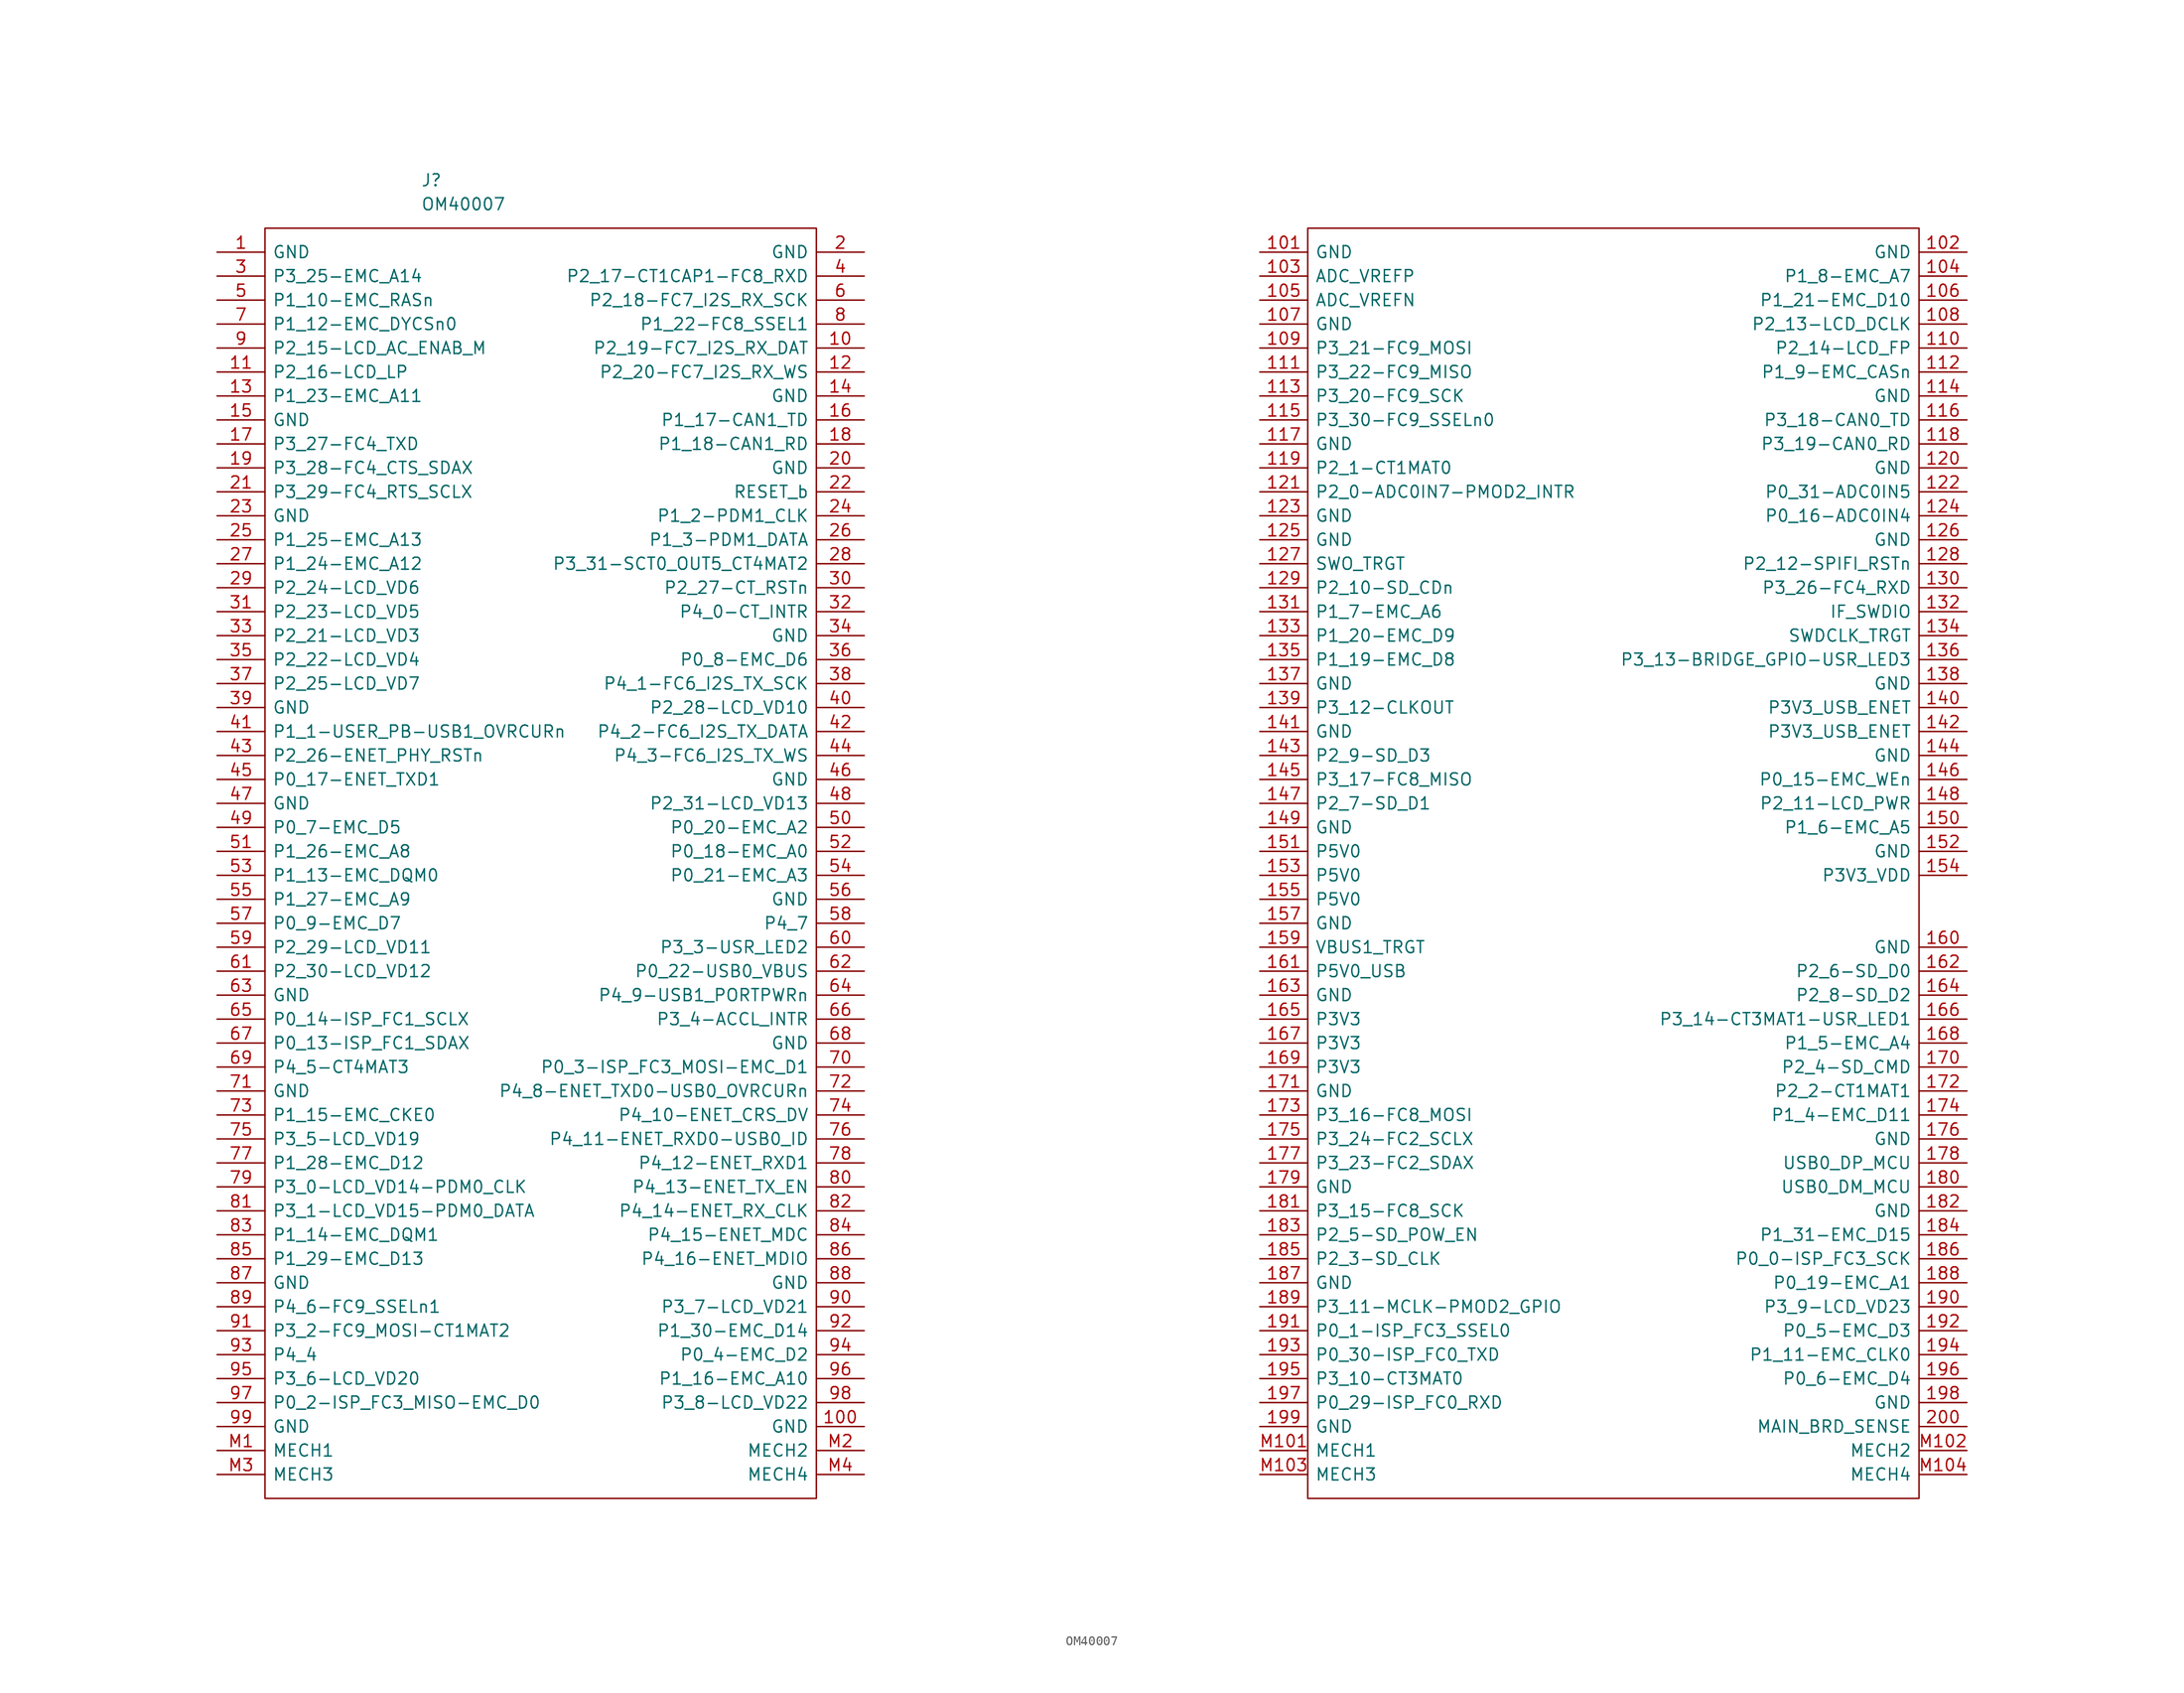
<source format=kicad_sym>
(kicad_symbol_lib
  (version 20211014)
  (generator kicad_symbol_editor)
  (symbol "OM40007"
    (pin_names
      (offset 0.762))
    (property "Reference" "J"
      (at 21.59 7.62 0)
      (effects (font (size 1.27 1.27)) (justify left)))
    (property "Value" "OM40007"
      (at 21.59 5.08 0)
      (effects (font (size 1.27 1.27)) (justify left)))
    (symbol "OM40007_0_0"
      (pin passive line (at 0 0 0) (length 5.08) (name "GND" (effects (font (size 1.27 1.27)))) (number "1" (effects (font (size 1.27 1.27)))))
      (pin bidirectional line (at 68.58 -10.16 180) (length 5.08) (name "P2_19-FC7_I2S_RX_DAT" (effects (font (size 1.27 1.27)))) (number "10" (effects (font (size 1.27 1.27)))))
      (pin passive line (at 68.58 -124.46 180) (length 5.08) (name "GND" (effects (font (size 1.27 1.27)))) (number "100" (effects (font (size 1.27 1.27)))))
      (pin output line (at 110.49 0 0) (length 5.08) (name "GND" (effects (font (size 1.27 1.27)))) (number "101" (effects (font (size 1.27 1.27)))))
      (pin passive line (at 185.42 0 180) (length 5.08) (name "GND" (effects (font (size 1.27 1.27)))) (number "102" (effects (font (size 1.27 1.27)))))
      (pin bidirectional line (at 110.49 -2.54 0) (length 5.08) (name "ADC_VREFP" (effects (font (size 1.27 1.27)))) (number "103" (effects (font (size 1.27 1.27)))))
      (pin bidirectional line (at 185.42 -2.54 180) (length 5.08) (name "P1_8-EMC_A7" (effects (font (size 1.27 1.27)))) (number "104" (effects (font (size 1.27 1.27)))))
      (pin bidirectional line (at 110.49 -5.08 0) (length 5.08) (name "ADC_VREFN" (effects (font (size 1.27 1.27)))) (number "105" (effects (font (size 1.27 1.27)))))
      (pin bidirectional line (at 185.42 -5.08 180) (length 5.08) (name "P1_21-EMC_D10" (effects (font (size 1.27 1.27)))) (number "106" (effects (font (size 1.27 1.27)))))
      (pin passive line (at 110.49 -7.62 0) (length 5.08) (name "GND" (effects (font (size 1.27 1.27)))) (number "107" (effects (font (size 1.27 1.27)))))
      (pin bidirectional line (at 185.42 -7.62 180) (length 5.08) (name "P2_13-LCD_DCLK" (effects (font (size 1.27 1.27)))) (number "108" (effects (font (size 1.27 1.27)))))
      (pin bidirectional line (at 110.49 -10.16 0) (length 5.08) (name "P3_21-FC9_MOSI" (effects (font (size 1.27 1.27)))) (number "109" (effects (font (size 1.27 1.27)))))
      (pin bidirectional line (at 0 -12.7 0) (length 5.08) (name "P2_16-LCD_LP" (effects (font (size 1.27 1.27)))) (number "11" (effects (font (size 1.27 1.27)))))
      (pin bidirectional line (at 185.42 -10.16 180) (length 5.08) (name "P2_14-LCD_FP" (effects (font (size 1.27 1.27)))) (number "110" (effects (font (size 1.27 1.27)))))
      (pin bidirectional line (at 110.49 -12.7 0) (length 5.08) (name "P3_22-FC9_MISO" (effects (font (size 1.27 1.27)))) (number "111" (effects (font (size 1.27 1.27)))))
      (pin bidirectional line (at 185.42 -12.7 180) (length 5.08) (name "P1_9-EMC_CASn" (effects (font (size 1.27 1.27)))) (number "112" (effects (font (size 1.27 1.27)))))
      (pin bidirectional line (at 110.49 -15.24 0) (length 5.08) (name "P3_20-FC9_SCK" (effects (font (size 1.27 1.27)))) (number "113" (effects (font (size 1.27 1.27)))))
      (pin passive line (at 185.42 -15.24 180) (length 5.08) (name "GND" (effects (font (size 1.27 1.27)))) (number "114" (effects (font (size 1.27 1.27)))))
      (pin bidirectional line (at 110.49 -17.78 0) (length 5.08) (name "P3_30-FC9_SSELn0" (effects (font (size 1.27 1.27)))) (number "115" (effects (font (size 1.27 1.27)))))
      (pin bidirectional line (at 185.42 -17.78 180) (length 5.08) (name "P3_18-CAN0_TD" (effects (font (size 1.27 1.27)))) (number "116" (effects (font (size 1.27 1.27)))))
      (pin passive line (at 110.49 -20.32 0) (length 5.08) (name "GND" (effects (font (size 1.27 1.27)))) (number "117" (effects (font (size 1.27 1.27)))))
      (pin bidirectional line (at 185.42 -20.32 180) (length 5.08) (name "P3_19-CAN0_RD" (effects (font (size 1.27 1.27)))) (number "118" (effects (font (size 1.27 1.27)))))
      (pin bidirectional line (at 110.49 -22.86 0) (length 5.08) (name "P2_1-CT1MAT0" (effects (font (size 1.27 1.27)))) (number "119" (effects (font (size 1.27 1.27)))))
      (pin bidirectional line (at 68.58 -12.7 180) (length 5.08) (name "P2_20-FC7_I2S_RX_WS" (effects (font (size 1.27 1.27)))) (number "12" (effects (font (size 1.27 1.27)))))
      (pin passive line (at 185.42 -22.86 180) (length 5.08) (name "GND" (effects (font (size 1.27 1.27)))) (number "120" (effects (font (size 1.27 1.27)))))
      (pin bidirectional line (at 110.49 -25.4 0) (length 5.08) (name "P2_0-ADC0IN7-PMOD2_INTR" (effects (font (size 1.27 1.27)))) (number "121" (effects (font (size 1.27 1.27)))))
      (pin bidirectional line (at 185.42 -25.4 180) (length 5.08) (name "P0_31-ADC0IN5" (effects (font (size 1.27 1.27)))) (number "122" (effects (font (size 1.27 1.27)))))
      (pin passive line (at 110.49 -27.94 0) (length 5.08) (name "GND" (effects (font (size 1.27 1.27)))) (number "123" (effects (font (size 1.27 1.27)))))
      (pin bidirectional line (at 185.42 -27.94 180) (length 5.08) (name "P0_16-ADC0IN4" (effects (font (size 1.27 1.27)))) (number "124" (effects (font (size 1.27 1.27)))))
      (pin passive line (at 110.49 -30.48 0) (length 5.08) (name "GND" (effects (font (size 1.27 1.27)))) (number "125" (effects (font (size 1.27 1.27)))))
      (pin passive line (at 185.42 -30.48 180) (length 5.08) (name "GND" (effects (font (size 1.27 1.27)))) (number "126" (effects (font (size 1.27 1.27)))))
      (pin bidirectional line (at 110.49 -33.02 0) (length 5.08) (name "SWO_TRGT" (effects (font (size 1.27 1.27)))) (number "127" (effects (font (size 1.27 1.27)))))
      (pin bidirectional line (at 185.42 -33.02 180) (length 5.08) (name "P2_12-SPIFI_RSTn" (effects (font (size 1.27 1.27)))) (number "128" (effects (font (size 1.27 1.27)))))
      (pin bidirectional line (at 110.49 -35.56 0) (length 5.08) (name "P2_10-SD_CDn" (effects (font (size 1.27 1.27)))) (number "129" (effects (font (size 1.27 1.27)))))
      (pin bidirectional line (at 0 -15.24 0) (length 5.08) (name "P1_23-EMC_A11" (effects (font (size 1.27 1.27)))) (number "13" (effects (font (size 1.27 1.27)))))
      (pin bidirectional line (at 185.42 -35.56 180) (length 5.08) (name "P3_26-FC4_RXD" (effects (font (size 1.27 1.27)))) (number "130" (effects (font (size 1.27 1.27)))))
      (pin bidirectional line (at 110.49 -38.1 0) (length 5.08) (name "P1_7-EMC_A6" (effects (font (size 1.27 1.27)))) (number "131" (effects (font (size 1.27 1.27)))))
      (pin bidirectional line (at 185.42 -38.1 180) (length 5.08) (name "IF_SWDIO" (effects (font (size 1.27 1.27)))) (number "132" (effects (font (size 1.27 1.27)))))
      (pin bidirectional line (at 110.49 -40.64 0) (length 5.08) (name "P1_20-EMC_D9" (effects (font (size 1.27 1.27)))) (number "133" (effects (font (size 1.27 1.27)))))
      (pin bidirectional line (at 185.42 -40.64 180) (length 5.08) (name "SWDCLK_TRGT" (effects (font (size 1.27 1.27)))) (number "134" (effects (font (size 1.27 1.27)))))
      (pin bidirectional line (at 110.49 -43.18 0) (length 5.08) (name "P1_19-EMC_D8" (effects (font (size 1.27 1.27)))) (number "135" (effects (font (size 1.27 1.27)))))
      (pin bidirectional line (at 185.42 -43.18 180) (length 5.08) (name "P3_13-BRIDGE_GPIO-USR_LED3" (effects (font (size 1.27 1.27)))) (number "136" (effects (font (size 1.27 1.27)))))
      (pin passive line (at 110.49 -45.72 0) (length 5.08) (name "GND" (effects (font (size 1.27 1.27)))) (number "137" (effects (font (size 1.27 1.27)))))
      (pin passive line (at 185.42 -45.72 180) (length 5.08) (name "GND" (effects (font (size 1.27 1.27)))) (number "138" (effects (font (size 1.27 1.27)))))
      (pin bidirectional line (at 110.49 -48.26 0) (length 5.08) (name "P3_12-CLKOUT" (effects (font (size 1.27 1.27)))) (number "139" (effects (font (size 1.27 1.27)))))
      (pin passive line (at 68.58 -15.24 180) (length 5.08) (name "GND" (effects (font (size 1.27 1.27)))) (number "14" (effects (font (size 1.27 1.27)))))
      (pin bidirectional line (at 185.42 -48.26 180) (length 5.08) (name "P3V3_USB_ENET" (effects (font (size 1.27 1.27)))) (number "140" (effects (font (size 1.27 1.27)))))
      (pin passive line (at 110.49 -50.8 0) (length 5.08) (name "GND" (effects (font (size 1.27 1.27)))) (number "141" (effects (font (size 1.27 1.27)))))
      (pin bidirectional line (at 185.42 -50.8 180) (length 5.08) (name "P3V3_USB_ENET" (effects (font (size 1.27 1.27)))) (number "142" (effects (font (size 1.27 1.27)))))
      (pin bidirectional line (at 110.49 -53.34 0) (length 5.08) (name "P2_9-SD_D3" (effects (font (size 1.27 1.27)))) (number "143" (effects (font (size 1.27 1.27)))))
      (pin passive line (at 185.42 -53.34 180) (length 5.08) (name "GND" (effects (font (size 1.27 1.27)))) (number "144" (effects (font (size 1.27 1.27)))))
      (pin bidirectional line (at 110.49 -55.88 0) (length 5.08) (name "P3_17-FC8_MISO" (effects (font (size 1.27 1.27)))) (number "145" (effects (font (size 1.27 1.27)))))
      (pin bidirectional line (at 185.42 -55.88 180) (length 5.08) (name "P0_15-EMC_WEn" (effects (font (size 1.27 1.27)))) (number "146" (effects (font (size 1.27 1.27)))))
      (pin bidirectional line (at 110.49 -58.42 0) (length 5.08) (name "P2_7-SD_D1" (effects (font (size 1.27 1.27)))) (number "147" (effects (font (size 1.27 1.27)))))
      (pin bidirectional line (at 185.42 -58.42 180) (length 5.08) (name "P2_11-LCD_PWR" (effects (font (size 1.27 1.27)))) (number "148" (effects (font (size 1.27 1.27)))))
      (pin passive line (at 110.49 -60.96 0) (length 5.08) (name "GND" (effects (font (size 1.27 1.27)))) (number "149" (effects (font (size 1.27 1.27)))))
      (pin passive line (at 0 -17.78 0) (length 5.08) (name "GND" (effects (font (size 1.27 1.27)))) (number "15" (effects (font (size 1.27 1.27)))))
      (pin bidirectional line (at 185.42 -60.96 180) (length 5.08) (name "P1_6-EMC_A5" (effects (font (size 1.27 1.27)))) (number "150" (effects (font (size 1.27 1.27)))))
      (pin bidirectional line (at 110.49 -63.5 0) (length 5.08) (name "P5V0" (effects (font (size 1.27 1.27)))) (number "151" (effects (font (size 1.27 1.27)))))
      (pin passive line (at 185.42 -63.5 180) (length 5.08) (name "GND" (effects (font (size 1.27 1.27)))) (number "152" (effects (font (size 1.27 1.27)))))
      (pin bidirectional line (at 110.49 -66.04 0) (length 5.08) (name "P5V0" (effects (font (size 1.27 1.27)))) (number "153" (effects (font (size 1.27 1.27)))))
      (pin power_out line (at 185.42 -66.04 180) (length 5.08) (name "P3V3_VDD" (effects (font (size 1.27 1.27)))) (number "154" (effects (font (size 1.27 1.27)))))
      (pin bidirectional line (at 110.49 -68.58 0) (length 5.08) (name "P5V0" (effects (font (size 1.27 1.27)))) (number "155" (effects (font (size 1.27 1.27)))))
      (pin passive line (at 185.42 -66.04 180) (length 5.08) hide (name "P3V3_VDD" (effects (font (size 1.27 1.27)))) (number "156" (effects (font (size 1.27 1.27)))))
      (pin passive line (at 110.49 -71.12 0) (length 5.08) (name "GND" (effects (font (size 1.27 1.27)))) (number "157" (effects (font (size 1.27 1.27)))))
      (pin passive line (at 185.42 -66.04 180) (length 5.08) hide (name "P3V3_VDD" (effects (font (size 1.27 1.27)))) (number "158" (effects (font (size 1.27 1.27)))))
      (pin bidirectional line (at 110.49 -73.66 0) (length 5.08) (name "VBUS1_TRGT" (effects (font (size 1.27 1.27)))) (number "159" (effects (font (size 1.27 1.27)))))
      (pin bidirectional line (at 68.58 -17.78 180) (length 5.08) (name "P1_17-CAN1_TD" (effects (font (size 1.27 1.27)))) (number "16" (effects (font (size 1.27 1.27)))))
      (pin passive line (at 185.42 -73.66 180) (length 5.08) (name "GND" (effects (font (size 1.27 1.27)))) (number "160" (effects (font (size 1.27 1.27)))))
      (pin bidirectional line (at 110.49 -76.2 0) (length 5.08) (name "P5V0_USB" (effects (font (size 1.27 1.27)))) (number "161" (effects (font (size 1.27 1.27)))))
      (pin bidirectional line (at 185.42 -76.2 180) (length 5.08) (name "P2_6-SD_D0" (effects (font (size 1.27 1.27)))) (number "162" (effects (font (size 1.27 1.27)))))
      (pin passive line (at 110.49 -78.74 0) (length 5.08) (name "GND" (effects (font (size 1.27 1.27)))) (number "163" (effects (font (size 1.27 1.27)))))
      (pin bidirectional line (at 185.42 -78.74 180) (length 5.08) (name "P2_8-SD_D2" (effects (font (size 1.27 1.27)))) (number "164" (effects (font (size 1.27 1.27)))))
      (pin bidirectional line (at 110.49 -81.28 0) (length 5.08) (name "P3V3" (effects (font (size 1.27 1.27)))) (number "165" (effects (font (size 1.27 1.27)))))
      (pin bidirectional line (at 185.42 -81.28 180) (length 5.08) (name "P3_14-CT3MAT1-USR_LED1" (effects (font (size 1.27 1.27)))) (number "166" (effects (font (size 1.27 1.27)))))
      (pin bidirectional line (at 110.49 -83.82 0) (length 5.08) (name "P3V3" (effects (font (size 1.27 1.27)))) (number "167" (effects (font (size 1.27 1.27)))))
      (pin bidirectional line (at 185.42 -83.82 180) (length 5.08) (name "P1_5-EMC_A4" (effects (font (size 1.27 1.27)))) (number "168" (effects (font (size 1.27 1.27)))))
      (pin bidirectional line (at 110.49 -86.36 0) (length 5.08) (name "P3V3" (effects (font (size 1.27 1.27)))) (number "169" (effects (font (size 1.27 1.27)))))
      (pin bidirectional line (at 0 -20.32 0) (length 5.08) (name "P3_27-FC4_TXD" (effects (font (size 1.27 1.27)))) (number "17" (effects (font (size 1.27 1.27)))))
      (pin bidirectional line (at 185.42 -86.36 180) (length 5.08) (name "P2_4-SD_CMD" (effects (font (size 1.27 1.27)))) (number "170" (effects (font (size 1.27 1.27)))))
      (pin passive line (at 110.49 -88.9 0) (length 5.08) (name "GND" (effects (font (size 1.27 1.27)))) (number "171" (effects (font (size 1.27 1.27)))))
      (pin bidirectional line (at 185.42 -88.9 180) (length 5.08) (name "P2_2-CT1MAT1" (effects (font (size 1.27 1.27)))) (number "172" (effects (font (size 1.27 1.27)))))
      (pin bidirectional line (at 110.49 -91.44 0) (length 5.08) (name "P3_16-FC8_MOSI" (effects (font (size 1.27 1.27)))) (number "173" (effects (font (size 1.27 1.27)))))
      (pin bidirectional line (at 185.42 -91.44 180) (length 5.08) (name "P1_4-EMC_D11" (effects (font (size 1.27 1.27)))) (number "174" (effects (font (size 1.27 1.27)))))
      (pin bidirectional line (at 110.49 -93.98 0) (length 5.08) (name "P3_24-FC2_SCLX" (effects (font (size 1.27 1.27)))) (number "175" (effects (font (size 1.27 1.27)))))
      (pin passive line (at 185.42 -93.98 180) (length 5.08) (name "GND" (effects (font (size 1.27 1.27)))) (number "176" (effects (font (size 1.27 1.27)))))
      (pin bidirectional line (at 110.49 -96.52 0) (length 5.08) (name "P3_23-FC2_SDAX" (effects (font (size 1.27 1.27)))) (number "177" (effects (font (size 1.27 1.27)))))
      (pin bidirectional line (at 185.42 -96.52 180) (length 5.08) (name "USB0_DP_MCU" (effects (font (size 1.27 1.27)))) (number "178" (effects (font (size 1.27 1.27)))))
      (pin passive line (at 110.49 -99.06 0) (length 5.08) (name "GND" (effects (font (size 1.27 1.27)))) (number "179" (effects (font (size 1.27 1.27)))))
      (pin bidirectional line (at 68.58 -20.32 180) (length 5.08) (name "P1_18-CAN1_RD" (effects (font (size 1.27 1.27)))) (number "18" (effects (font (size 1.27 1.27)))))
      (pin bidirectional line (at 185.42 -99.06 180) (length 5.08) (name "USB0_DM_MCU" (effects (font (size 1.27 1.27)))) (number "180" (effects (font (size 1.27 1.27)))))
      (pin bidirectional line (at 110.49 -101.6 0) (length 5.08) (name "P3_15-FC8_SCK" (effects (font (size 1.27 1.27)))) (number "181" (effects (font (size 1.27 1.27)))))
      (pin passive line (at 185.42 -101.6 180) (length 5.08) (name "GND" (effects (font (size 1.27 1.27)))) (number "182" (effects (font (size 1.27 1.27)))))
      (pin bidirectional line (at 110.49 -104.14 0) (length 5.08) (name "P2_5-SD_POW_EN" (effects (font (size 1.27 1.27)))) (number "183" (effects (font (size 1.27 1.27)))))
      (pin bidirectional line (at 185.42 -104.14 180) (length 5.08) (name "P1_31-EMC_D15" (effects (font (size 1.27 1.27)))) (number "184" (effects (font (size 1.27 1.27)))))
      (pin bidirectional line (at 110.49 -106.68 0) (length 5.08) (name "P2_3-SD_CLK" (effects (font (size 1.27 1.27)))) (number "185" (effects (font (size 1.27 1.27)))))
      (pin bidirectional line (at 185.42 -106.68 180) (length 5.08) (name "P0_0-ISP_FC3_SCK" (effects (font (size 1.27 1.27)))) (number "186" (effects (font (size 1.27 1.27)))))
      (pin passive line (at 110.49 -109.22 0) (length 5.08) (name "GND" (effects (font (size 1.27 1.27)))) (number "187" (effects (font (size 1.27 1.27)))))
      (pin bidirectional line (at 185.42 -109.22 180) (length 5.08) (name "P0_19-EMC_A1" (effects (font (size 1.27 1.27)))) (number "188" (effects (font (size 1.27 1.27)))))
      (pin bidirectional line (at 110.49 -111.76 0) (length 5.08) (name "P3_11-MCLK-PMOD2_GPIO" (effects (font (size 1.27 1.27)))) (number "189" (effects (font (size 1.27 1.27)))))
      (pin bidirectional line (at 0 -22.86 0) (length 5.08) (name "P3_28-FC4_CTS_SDAX" (effects (font (size 1.27 1.27)))) (number "19" (effects (font (size 1.27 1.27)))))
      (pin bidirectional line (at 185.42 -111.76 180) (length 5.08) (name "P3_9-LCD_VD23" (effects (font (size 1.27 1.27)))) (number "190" (effects (font (size 1.27 1.27)))))
      (pin bidirectional line (at 110.49 -114.3 0) (length 5.08) (name "P0_1-ISP_FC3_SSEL0" (effects (font (size 1.27 1.27)))) (number "191" (effects (font (size 1.27 1.27)))))
      (pin bidirectional line (at 185.42 -114.3 180) (length 5.08) (name "P0_5-EMC_D3" (effects (font (size 1.27 1.27)))) (number "192" (effects (font (size 1.27 1.27)))))
      (pin bidirectional line (at 110.49 -116.84 0) (length 5.08) (name "P0_30-ISP_FC0_TXD" (effects (font (size 1.27 1.27)))) (number "193" (effects (font (size 1.27 1.27)))))
      (pin bidirectional line (at 185.42 -116.84 180) (length 5.08) (name "P1_11-EMC_CLK0" (effects (font (size 1.27 1.27)))) (number "194" (effects (font (size 1.27 1.27)))))
      (pin bidirectional line (at 110.49 -119.38 0) (length 5.08) (name "P3_10-CT3MAT0" (effects (font (size 1.27 1.27)))) (number "195" (effects (font (size 1.27 1.27)))))
      (pin bidirectional line (at 185.42 -119.38 180) (length 5.08) (name "P0_6-EMC_D4" (effects (font (size 1.27 1.27)))) (number "196" (effects (font (size 1.27 1.27)))))
      (pin bidirectional line (at 110.49 -121.92 0) (length 5.08) (name "P0_29-ISP_FC0_RXD" (effects (font (size 1.27 1.27)))) (number "197" (effects (font (size 1.27 1.27)))))
      (pin passive line (at 185.42 -121.92 180) (length 5.08) (name "GND" (effects (font (size 1.27 1.27)))) (number "198" (effects (font (size 1.27 1.27)))))
      (pin passive line (at 110.49 -124.46 0) (length 5.08) (name "GND" (effects (font (size 1.27 1.27)))) (number "199" (effects (font (size 1.27 1.27)))))
      (pin passive line (at 68.58 0 180) (length 5.08) (name "GND" (effects (font (size 1.27 1.27)))) (number "2" (effects (font (size 1.27 1.27)))))
      (pin passive line (at 68.58 -22.86 180) (length 5.08) (name "GND" (effects (font (size 1.27 1.27)))) (number "20" (effects (font (size 1.27 1.27)))))
      (pin bidirectional line (at 185.42 -124.46 180) (length 5.08) (name "MAIN_BRD_SENSE" (effects (font (size 1.27 1.27)))) (number "200" (effects (font (size 1.27 1.27)))))
      (pin bidirectional line (at 0 -25.4 0) (length 5.08) (name "P3_29-FC4_RTS_SCLX" (effects (font (size 1.27 1.27)))) (number "21" (effects (font (size 1.27 1.27)))))
      (pin bidirectional line (at 68.58 -25.4 180) (length 5.08) (name "RESET_b" (effects (font (size 1.27 1.27)))) (number "22" (effects (font (size 1.27 1.27)))))
      (pin passive line (at 0 -27.94 0) (length 5.08) (name "GND" (effects (font (size 1.27 1.27)))) (number "23" (effects (font (size 1.27 1.27)))))
      (pin bidirectional line (at 68.58 -27.94 180) (length 5.08) (name "P1_2-PDM1_CLK" (effects (font (size 1.27 1.27)))) (number "24" (effects (font (size 1.27 1.27)))))
      (pin bidirectional line (at 0 -30.48 0) (length 5.08) (name "P1_25-EMC_A13" (effects (font (size 1.27 1.27)))) (number "25" (effects (font (size 1.27 1.27)))))
      (pin bidirectional line (at 68.58 -30.48 180) (length 5.08) (name "P1_3-PDM1_DATA" (effects (font (size 1.27 1.27)))) (number "26" (effects (font (size 1.27 1.27)))))
      (pin bidirectional line (at 0 -33.02 0) (length 5.08) (name "P1_24-EMC_A12" (effects (font (size 1.27 1.27)))) (number "27" (effects (font (size 1.27 1.27)))))
      (pin bidirectional line (at 68.58 -33.02 180) (length 5.08) (name "P3_31-SCT0_OUT5_CT4MAT2" (effects (font (size 1.27 1.27)))) (number "28" (effects (font (size 1.27 1.27)))))
      (pin bidirectional line (at 0 -35.56 0) (length 5.08) (name "P2_24-LCD_VD6" (effects (font (size 1.27 1.27)))) (number "29" (effects (font (size 1.27 1.27)))))
      (pin bidirectional line (at 0 -2.54 0) (length 5.08) (name "P3_25-EMC_A14" (effects (font (size 1.27 1.27)))) (number "3" (effects (font (size 1.27 1.27)))))
      (pin bidirectional line (at 68.58 -35.56 180) (length 5.08) (name "P2_27-CT_RSTn" (effects (font (size 1.27 1.27)))) (number "30" (effects (font (size 1.27 1.27)))))
      (pin bidirectional line (at 0 -38.1 0) (length 5.08) (name "P2_23-LCD_VD5" (effects (font (size 1.27 1.27)))) (number "31" (effects (font (size 1.27 1.27)))))
      (pin bidirectional line (at 68.58 -38.1 180) (length 5.08) (name "P4_0-CT_INTR" (effects (font (size 1.27 1.27)))) (number "32" (effects (font (size 1.27 1.27)))))
      (pin bidirectional line (at 0 -40.64 0) (length 5.08) (name "P2_21-LCD_VD3" (effects (font (size 1.27 1.27)))) (number "33" (effects (font (size 1.27 1.27)))))
      (pin passive line (at 68.58 -40.64 180) (length 5.08) (name "GND" (effects (font (size 1.27 1.27)))) (number "34" (effects (font (size 1.27 1.27)))))
      (pin bidirectional line (at 0 -43.18 0) (length 5.08) (name "P2_22-LCD_VD4" (effects (font (size 1.27 1.27)))) (number "35" (effects (font (size 1.27 1.27)))))
      (pin bidirectional line (at 68.58 -43.18 180) (length 5.08) (name "P0_8-EMC_D6" (effects (font (size 1.27 1.27)))) (number "36" (effects (font (size 1.27 1.27)))))
      (pin bidirectional line (at 0 -45.72 0) (length 5.08) (name "P2_25-LCD_VD7" (effects (font (size 1.27 1.27)))) (number "37" (effects (font (size 1.27 1.27)))))
      (pin bidirectional line (at 68.58 -45.72 180) (length 5.08) (name "P4_1-FC6_I2S_TX_SCK" (effects (font (size 1.27 1.27)))) (number "38" (effects (font (size 1.27 1.27)))))
      (pin passive line (at 0 -48.26 0) (length 5.08) (name "GND" (effects (font (size 1.27 1.27)))) (number "39" (effects (font (size 1.27 1.27)))))
      (pin bidirectional line (at 68.58 -2.54 180) (length 5.08) (name "P2_17-CT1CAP1-FC8_RXD" (effects (font (size 1.27 1.27)))) (number "4" (effects (font (size 1.27 1.27)))))
      (pin bidirectional line (at 68.58 -48.26 180) (length 5.08) (name "P2_28-LCD_VD10" (effects (font (size 1.27 1.27)))) (number "40" (effects (font (size 1.27 1.27)))))
      (pin bidirectional line (at 0 -50.8 0) (length 5.08) (name "P1_1-USER_PB-USB1_OVRCURn" (effects (font (size 1.27 1.27)))) (number "41" (effects (font (size 1.27 1.27)))))
      (pin bidirectional line (at 68.58 -50.8 180) (length 5.08) (name "P4_2-FC6_I2S_TX_DATA" (effects (font (size 1.27 1.27)))) (number "42" (effects (font (size 1.27 1.27)))))
      (pin bidirectional line (at 0 -53.34 0) (length 5.08) (name "P2_26-ENET_PHY_RSTn" (effects (font (size 1.27 1.27)))) (number "43" (effects (font (size 1.27 1.27)))))
      (pin bidirectional line (at 68.58 -53.34 180) (length 5.08) (name "P4_3-FC6_I2S_TX_WS" (effects (font (size 1.27 1.27)))) (number "44" (effects (font (size 1.27 1.27)))))
      (pin bidirectional line (at 0 -55.88 0) (length 5.08) (name "P0_17-ENET_TXD1" (effects (font (size 1.27 1.27)))) (number "45" (effects (font (size 1.27 1.27)))))
      (pin passive line (at 68.58 -55.88 180) (length 5.08) (name "GND" (effects (font (size 1.27 1.27)))) (number "46" (effects (font (size 1.27 1.27)))))
      (pin passive line (at 0 -58.42 0) (length 5.08) (name "GND" (effects (font (size 1.27 1.27)))) (number "47" (effects (font (size 1.27 1.27)))))
      (pin bidirectional line (at 68.58 -58.42 180) (length 5.08) (name "P2_31-LCD_VD13" (effects (font (size 1.27 1.27)))) (number "48" (effects (font (size 1.27 1.27)))))
      (pin bidirectional line (at 0 -60.96 0) (length 5.08) (name "P0_7-EMC_D5" (effects (font (size 1.27 1.27)))) (number "49" (effects (font (size 1.27 1.27)))))
      (pin bidirectional line (at 0 -5.08 0) (length 5.08) (name "P1_10-EMC_RASn" (effects (font (size 1.27 1.27)))) (number "5" (effects (font (size 1.27 1.27)))))
      (pin bidirectional line (at 68.58 -60.96 180) (length 5.08) (name "P0_20-EMC_A2" (effects (font (size 1.27 1.27)))) (number "50" (effects (font (size 1.27 1.27)))))
      (pin bidirectional line (at 0 -63.5 0) (length 5.08) (name "P1_26-EMC_A8" (effects (font (size 1.27 1.27)))) (number "51" (effects (font (size 1.27 1.27)))))
      (pin bidirectional line (at 68.58 -63.5 180) (length 5.08) (name "P0_18-EMC_A0" (effects (font (size 1.27 1.27)))) (number "52" (effects (font (size 1.27 1.27)))))
      (pin bidirectional line (at 0 -66.04 0) (length 5.08) (name "P1_13-EMC_DQM0" (effects (font (size 1.27 1.27)))) (number "53" (effects (font (size 1.27 1.27)))))
      (pin bidirectional line (at 68.58 -66.04 180) (length 5.08) (name "P0_21-EMC_A3" (effects (font (size 1.27 1.27)))) (number "54" (effects (font (size 1.27 1.27)))))
      (pin bidirectional line (at 0 -68.58 0) (length 5.08) (name "P1_27-EMC_A9" (effects (font (size 1.27 1.27)))) (number "55" (effects (font (size 1.27 1.27)))))
      (pin passive line (at 68.58 -68.58 180) (length 5.08) (name "GND" (effects (font (size 1.27 1.27)))) (number "56" (effects (font (size 1.27 1.27)))))
      (pin bidirectional line (at 0 -71.12 0) (length 5.08) (name "P0_9-EMC_D7" (effects (font (size 1.27 1.27)))) (number "57" (effects (font (size 1.27 1.27)))))
      (pin bidirectional line (at 68.58 -71.12 180) (length 5.08) (name "P4_7" (effects (font (size 1.27 1.27)))) (number "58" (effects (font (size 1.27 1.27)))))
      (pin bidirectional line (at 0 -73.66 0) (length 5.08) (name "P2_29-LCD_VD11" (effects (font (size 1.27 1.27)))) (number "59" (effects (font (size 1.27 1.27)))))
      (pin bidirectional line (at 68.58 -5.08 180) (length 5.08) (name "P2_18-FC7_I2S_RX_SCK" (effects (font (size 1.27 1.27)))) (number "6" (effects (font (size 1.27 1.27)))))
      (pin bidirectional line (at 68.58 -73.66 180) (length 5.08) (name "P3_3-USR_LED2" (effects (font (size 1.27 1.27)))) (number "60" (effects (font (size 1.27 1.27)))))
      (pin bidirectional line (at 0 -76.2 0) (length 5.08) (name "P2_30-LCD_VD12" (effects (font (size 1.27 1.27)))) (number "61" (effects (font (size 1.27 1.27)))))
      (pin bidirectional line (at 68.58 -76.2 180) (length 5.08) (name "P0_22-USB0_VBUS" (effects (font (size 1.27 1.27)))) (number "62" (effects (font (size 1.27 1.27)))))
      (pin passive line (at 0 -78.74 0) (length 5.08) (name "GND" (effects (font (size 1.27 1.27)))) (number "63" (effects (font (size 1.27 1.27)))))
      (pin bidirectional line (at 68.58 -78.74 180) (length 5.08) (name "P4_9-USB1_PORTPWRn" (effects (font (size 1.27 1.27)))) (number "64" (effects (font (size 1.27 1.27)))))
      (pin bidirectional line (at 0 -81.28 0) (length 5.08) (name "P0_14-ISP_FC1_SCLX" (effects (font (size 1.27 1.27)))) (number "65" (effects (font (size 1.27 1.27)))))
      (pin bidirectional line (at 68.58 -81.28 180) (length 5.08) (name "P3_4-ACCL_INTR" (effects (font (size 1.27 1.27)))) (number "66" (effects (font (size 1.27 1.27)))))
      (pin bidirectional line (at 0 -83.82 0) (length 5.08) (name "P0_13-ISP_FC1_SDAX" (effects (font (size 1.27 1.27)))) (number "67" (effects (font (size 1.27 1.27)))))
      (pin passive line (at 68.58 -83.82 180) (length 5.08) (name "GND" (effects (font (size 1.27 1.27)))) (number "68" (effects (font (size 1.27 1.27)))))
      (pin bidirectional line (at 0 -86.36 0) (length 5.08) (name "P4_5-CT4MAT3" (effects (font (size 1.27 1.27)))) (number "69" (effects (font (size 1.27 1.27)))))
      (pin bidirectional line (at 0 -7.62 0) (length 5.08) (name "P1_12-EMC_DYCSn0" (effects (font (size 1.27 1.27)))) (number "7" (effects (font (size 1.27 1.27)))))
      (pin bidirectional line (at 68.58 -86.36 180) (length 5.08) (name "P0_3-ISP_FC3_MOSI-EMC_D1" (effects (font (size 1.27 1.27)))) (number "70" (effects (font (size 1.27 1.27)))))
      (pin passive line (at 0 -88.9 0) (length 5.08) (name "GND" (effects (font (size 1.27 1.27)))) (number "71" (effects (font (size 1.27 1.27)))))
      (pin bidirectional line (at 68.58 -88.9 180) (length 5.08) (name "P4_8-ENET_TXD0-USB0_OVRCURn" (effects (font (size 1.27 1.27)))) (number "72" (effects (font (size 1.27 1.27)))))
      (pin bidirectional line (at 0 -91.44 0) (length 5.08) (name "P1_15-EMC_CKE0" (effects (font (size 1.27 1.27)))) (number "73" (effects (font (size 1.27 1.27)))))
      (pin bidirectional line (at 68.58 -91.44 180) (length 5.08) (name "P4_10-ENET_CRS_DV" (effects (font (size 1.27 1.27)))) (number "74" (effects (font (size 1.27 1.27)))))
      (pin bidirectional line (at 0 -93.98 0) (length 5.08) (name "P3_5-LCD_VD19" (effects (font (size 1.27 1.27)))) (number "75" (effects (font (size 1.27 1.27)))))
      (pin bidirectional line (at 68.58 -93.98 180) (length 5.08) (name "P4_11-ENET_RXD0-USB0_ID" (effects (font (size 1.27 1.27)))) (number "76" (effects (font (size 1.27 1.27)))))
      (pin bidirectional line (at 0 -96.52 0) (length 5.08) (name "P1_28-EMC_D12" (effects (font (size 1.27 1.27)))) (number "77" (effects (font (size 1.27 1.27)))))
      (pin bidirectional line (at 68.58 -96.52 180) (length 5.08) (name "P4_12-ENET_RXD1" (effects (font (size 1.27 1.27)))) (number "78" (effects (font (size 1.27 1.27)))))
      (pin bidirectional line (at 0 -99.06 0) (length 5.08) (name "P3_0-LCD_VD14-PDM0_CLK" (effects (font (size 1.27 1.27)))) (number "79" (effects (font (size 1.27 1.27)))))
      (pin bidirectional line (at 68.58 -7.62 180) (length 5.08) (name "P1_22-FC8_SSEL1" (effects (font (size 1.27 1.27)))) (number "8" (effects (font (size 1.27 1.27)))))
      (pin bidirectional line (at 68.58 -99.06 180) (length 5.08) (name "P4_13-ENET_TX_EN" (effects (font (size 1.27 1.27)))) (number "80" (effects (font (size 1.27 1.27)))))
      (pin bidirectional line (at 0 -101.6 0) (length 5.08) (name "P3_1-LCD_VD15-PDM0_DATA" (effects (font (size 1.27 1.27)))) (number "81" (effects (font (size 1.27 1.27)))))
      (pin bidirectional line (at 68.58 -101.6 180) (length 5.08) (name "P4_14-ENET_RX_CLK" (effects (font (size 1.27 1.27)))) (number "82" (effects (font (size 1.27 1.27)))))
      (pin bidirectional line (at 0 -104.14 0) (length 5.08) (name "P1_14-EMC_DQM1" (effects (font (size 1.27 1.27)))) (number "83" (effects (font (size 1.27 1.27)))))
      (pin bidirectional line (at 68.58 -104.14 180) (length 5.08) (name "P4_15-ENET_MDC" (effects (font (size 1.27 1.27)))) (number "84" (effects (font (size 1.27 1.27)))))
      (pin bidirectional line (at 0 -106.68 0) (length 5.08) (name "P1_29-EMC_D13" (effects (font (size 1.27 1.27)))) (number "85" (effects (font (size 1.27 1.27)))))
      (pin bidirectional line (at 68.58 -106.68 180) (length 5.08) (name "P4_16-ENET_MDIO" (effects (font (size 1.27 1.27)))) (number "86" (effects (font (size 1.27 1.27)))))
      (pin passive line (at 0 -109.22 0) (length 5.08) (name "GND" (effects (font (size 1.27 1.27)))) (number "87" (effects (font (size 1.27 1.27)))))
      (pin passive line (at 68.58 -109.22 180) (length 5.08) (name "GND" (effects (font (size 1.27 1.27)))) (number "88" (effects (font (size 1.27 1.27)))))
      (pin bidirectional line (at 0 -111.76 0) (length 5.08) (name "P4_6-FC9_SSELn1" (effects (font (size 1.27 1.27)))) (number "89" (effects (font (size 1.27 1.27)))))
      (pin bidirectional line (at 0 -10.16 0) (length 5.08) (name "P2_15-LCD_AC_ENAB_M" (effects (font (size 1.27 1.27)))) (number "9" (effects (font (size 1.27 1.27)))))
      (pin bidirectional line (at 68.58 -111.76 180) (length 5.08) (name "P3_7-LCD_VD21" (effects (font (size 1.27 1.27)))) (number "90" (effects (font (size 1.27 1.27)))))
      (pin bidirectional line (at 0 -114.3 0) (length 5.08) (name "P3_2-FC9_MOSI-CT1MAT2" (effects (font (size 1.27 1.27)))) (number "91" (effects (font (size 1.27 1.27)))))
      (pin bidirectional line (at 68.58 -114.3 180) (length 5.08) (name "P1_30-EMC_D14" (effects (font (size 1.27 1.27)))) (number "92" (effects (font (size 1.27 1.27)))))
      (pin bidirectional line (at 0 -116.84 0) (length 5.08) (name "P4_4" (effects (font (size 1.27 1.27)))) (number "93" (effects (font (size 1.27 1.27)))))
      (pin bidirectional line (at 68.58 -116.84 180) (length 5.08) (name "P0_4-EMC_D2" (effects (font (size 1.27 1.27)))) (number "94" (effects (font (size 1.27 1.27)))))
      (pin bidirectional line (at 0 -119.38 0) (length 5.08) (name "P3_6-LCD_VD20" (effects (font (size 1.27 1.27)))) (number "95" (effects (font (size 1.27 1.27)))))
      (pin bidirectional line (at 68.58 -119.38 180) (length 5.08) (name "P1_16-EMC_A10" (effects (font (size 1.27 1.27)))) (number "96" (effects (font (size 1.27 1.27)))))
      (pin bidirectional line (at 0 -121.92 0) (length 5.08) (name "P0_2-ISP_FC3_MISO-EMC_D0" (effects (font (size 1.27 1.27)))) (number "97" (effects (font (size 1.27 1.27)))))
      (pin bidirectional line (at 68.58 -121.92 180) (length 5.08) (name "P3_8-LCD_VD22" (effects (font (size 1.27 1.27)))) (number "98" (effects (font (size 1.27 1.27)))))
      (pin passive line (at 0 -124.46 0) (length 5.08) (name "GND" (effects (font (size 1.27 1.27)))) (number "99" (effects (font (size 1.27 1.27)))))
      (pin bidirectional line (at 0 -127 0) (length 5.08) (name "MECH1" (effects (font (size 1.27 1.27)))) (number "M1" (effects (font (size 1.27 1.27)))))
      (pin bidirectional line (at 110.49 -127 0) (length 5.08) (name "MECH1" (effects (font (size 1.27 1.27)))) (number "M101" (effects (font (size 1.27 1.27)))))
      (pin bidirectional line (at 185.42 -127 180) (length 5.08) (name "MECH2" (effects (font (size 1.27 1.27)))) (number "M102" (effects (font (size 1.27 1.27)))))
      (pin bidirectional line (at 110.49 -129.54 0) (length 5.08) (name "MECH3" (effects (font (size 1.27 1.27)))) (number "M103" (effects (font (size 1.27 1.27)))))
      (pin bidirectional line (at 185.42 -129.54 180) (length 5.08) (name "MECH4" (effects (font (size 1.27 1.27)))) (number "M104" (effects (font (size 1.27 1.27)))))
      (pin bidirectional line (at 68.58 -127 180) (length 5.08) (name "MECH2" (effects (font (size 1.27 1.27)))) (number "M2" (effects (font (size 1.27 1.27)))))
      (pin bidirectional line (at 0 -129.54 0) (length 5.08) (name "MECH3" (effects (font (size 1.27 1.27)))) (number "M3" (effects (font (size 1.27 1.27)))))
      (pin bidirectional line (at 68.58 -129.54 180) (length 5.08) (name "MECH4" (effects (font (size 1.27 1.27)))) (number "M4" (effects (font (size 1.27 1.27))))))
    (symbol "OM40007_0_1"
      (polyline (pts (xy 115.57 2.54) (xy 180.34 2.54) (xy 180.34 -132.08) (xy 115.57 -132.08) (xy 115.57 2.54)) (stroke (width 0.152) (type default) (color 0 0 0 0)) (fill (type none)))
      (polyline (pts (xy 5.08 2.54) (xy 63.5 2.54) (xy 63.5 -132.08) (xy 5.08 -132.08) (xy 5.08 2.54) (xy 48.26 2.54)) (stroke (width 0.152) (type default) (color 0 0 0 0)) (fill (type none))))))
</source>
